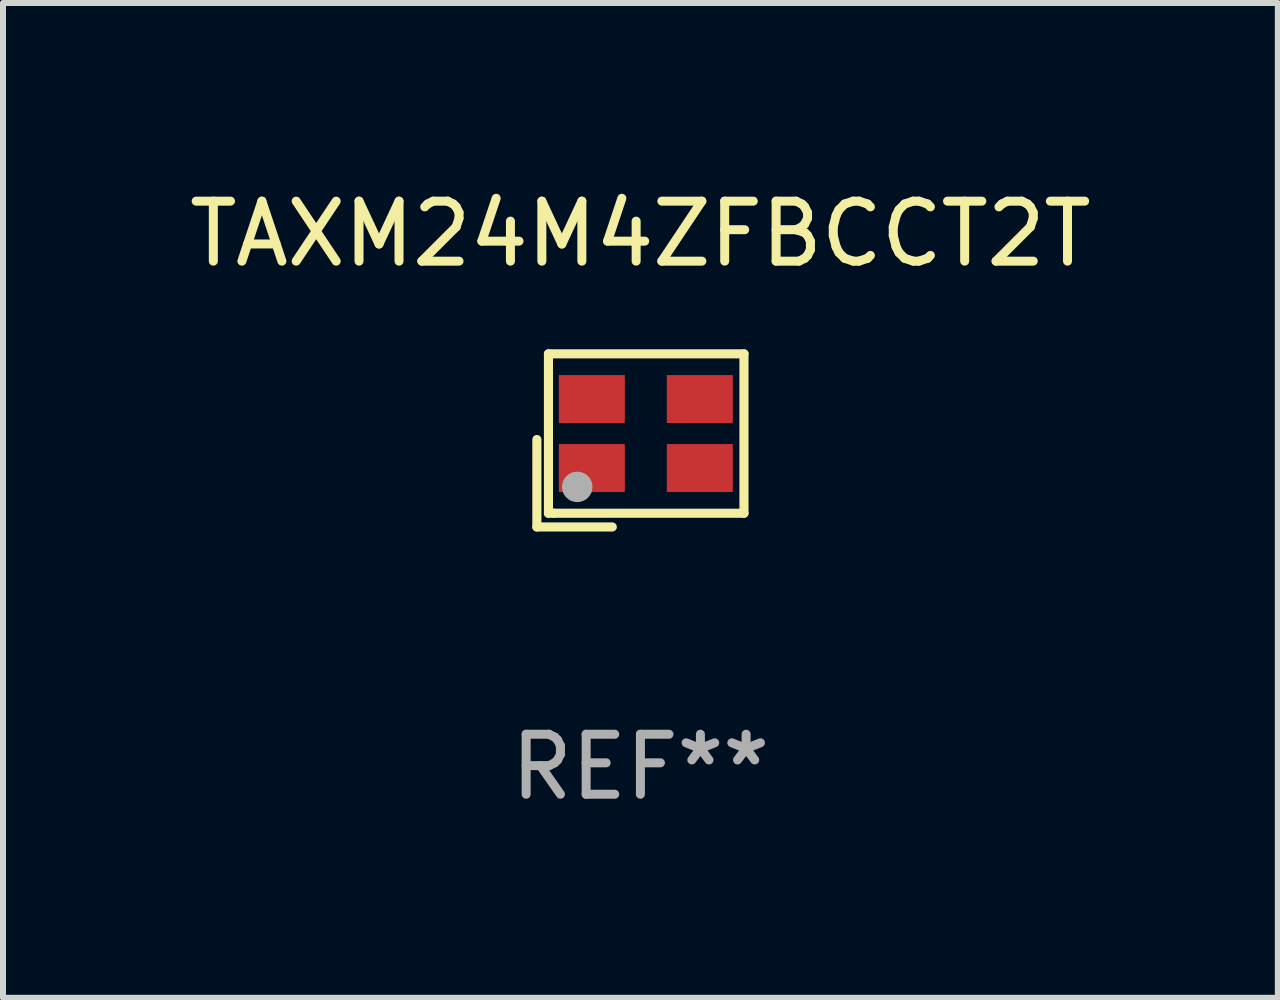
<source format=kicad_pcb>
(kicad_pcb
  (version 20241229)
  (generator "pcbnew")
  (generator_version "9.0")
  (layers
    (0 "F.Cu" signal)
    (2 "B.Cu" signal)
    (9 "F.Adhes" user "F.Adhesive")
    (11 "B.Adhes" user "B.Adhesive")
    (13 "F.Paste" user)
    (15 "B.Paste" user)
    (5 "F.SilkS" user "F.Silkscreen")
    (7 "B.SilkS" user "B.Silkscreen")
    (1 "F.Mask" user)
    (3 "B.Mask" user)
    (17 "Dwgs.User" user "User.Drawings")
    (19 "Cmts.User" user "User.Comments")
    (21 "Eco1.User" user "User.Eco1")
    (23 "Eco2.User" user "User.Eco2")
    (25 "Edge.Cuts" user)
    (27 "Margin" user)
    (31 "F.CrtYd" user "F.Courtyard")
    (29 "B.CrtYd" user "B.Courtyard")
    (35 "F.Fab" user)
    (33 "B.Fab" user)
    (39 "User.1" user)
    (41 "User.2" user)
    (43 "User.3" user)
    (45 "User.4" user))
  (footprint "TAXM24M4ZFBCCT2T"
    (layer "F.Cu")
    (at 7.625 4.291)
    (property "Reference" "TAXM24M4ZFBCCT2T" (at 0 -3.443 0) (layer "F.SilkS") (effects (font (size 1 1) (thickness 0.15))))
    (attr through_hole)
    (fp_line (start -1.726 -0.015) (end -1.726 1.443) (stroke (width 0.152) (type solid)) (layer "F.SilkS"))
    (fp_line (start -1.726 1.443) (end -0.469 1.443) (stroke (width 0.152) (type solid)) (layer "F.SilkS"))
    (fp_line (start -1.533 -1.443) (end 1.726 -1.443) (stroke (width 0.152) (type solid)) (layer "F.SilkS"))
    (fp_line (start -1.533 1.214) (end -1.533 -1.443) (stroke (width 0.152) (type solid)) (layer "F.SilkS"))
    (fp_line (start -1.439 1.214) (end -1.533 1.214) (stroke (width 0.152) (type solid)) (layer "F.SilkS"))
    (fp_line (start 1.726 -1.443) (end 1.726 1.214) (stroke (width 0.152) (type solid)) (layer "F.SilkS"))
    (fp_line (start 1.726 1.214) (end -1.439 1.214) (stroke (width 0.152) (type solid)) (layer "F.SilkS"))
    (fp_circle (center -0.91 0.686) (end -0.88 0.686) (stroke (width 0.06) (type solid)) (fill no) (layer "F.SilkS"))
    (fp_circle (center -1.053 0.775) (end -0.926 0.775) (stroke (width 0.254) (type solid)) (fill no) (layer "F.Fab"))
    (fp_text user "REF**" (at 0 5.443 0) (layer "F.Fab") (effects (font (size 1 1) (thickness 0.15))))
    (pad "1" smd rect (at -0.81 0.461) (size 1.1 0.8) (layers "F.Cu" "F.Mask" "F.Paste"))
    (pad "2" smd rect (at 0.99 0.461) (size 1.1 0.8) (layers "F.Cu" "F.Mask" "F.Paste"))
    (pad "3" smd rect (at 0.99 -0.689) (size 1.1 0.8) (layers "F.Cu" "F.Mask" "F.Paste"))
    (pad "4" smd rect (at -0.81 -0.689) (size 1.1 0.8) (layers "F.Cu" "F.Mask" "F.Paste")))
  (gr_rect
    (start -3 -3)
    (end 18.25 13.582)
    (stroke (width 0.1) (type default))
    (fill no)
    (layer "Edge.Cuts")))
</source>
